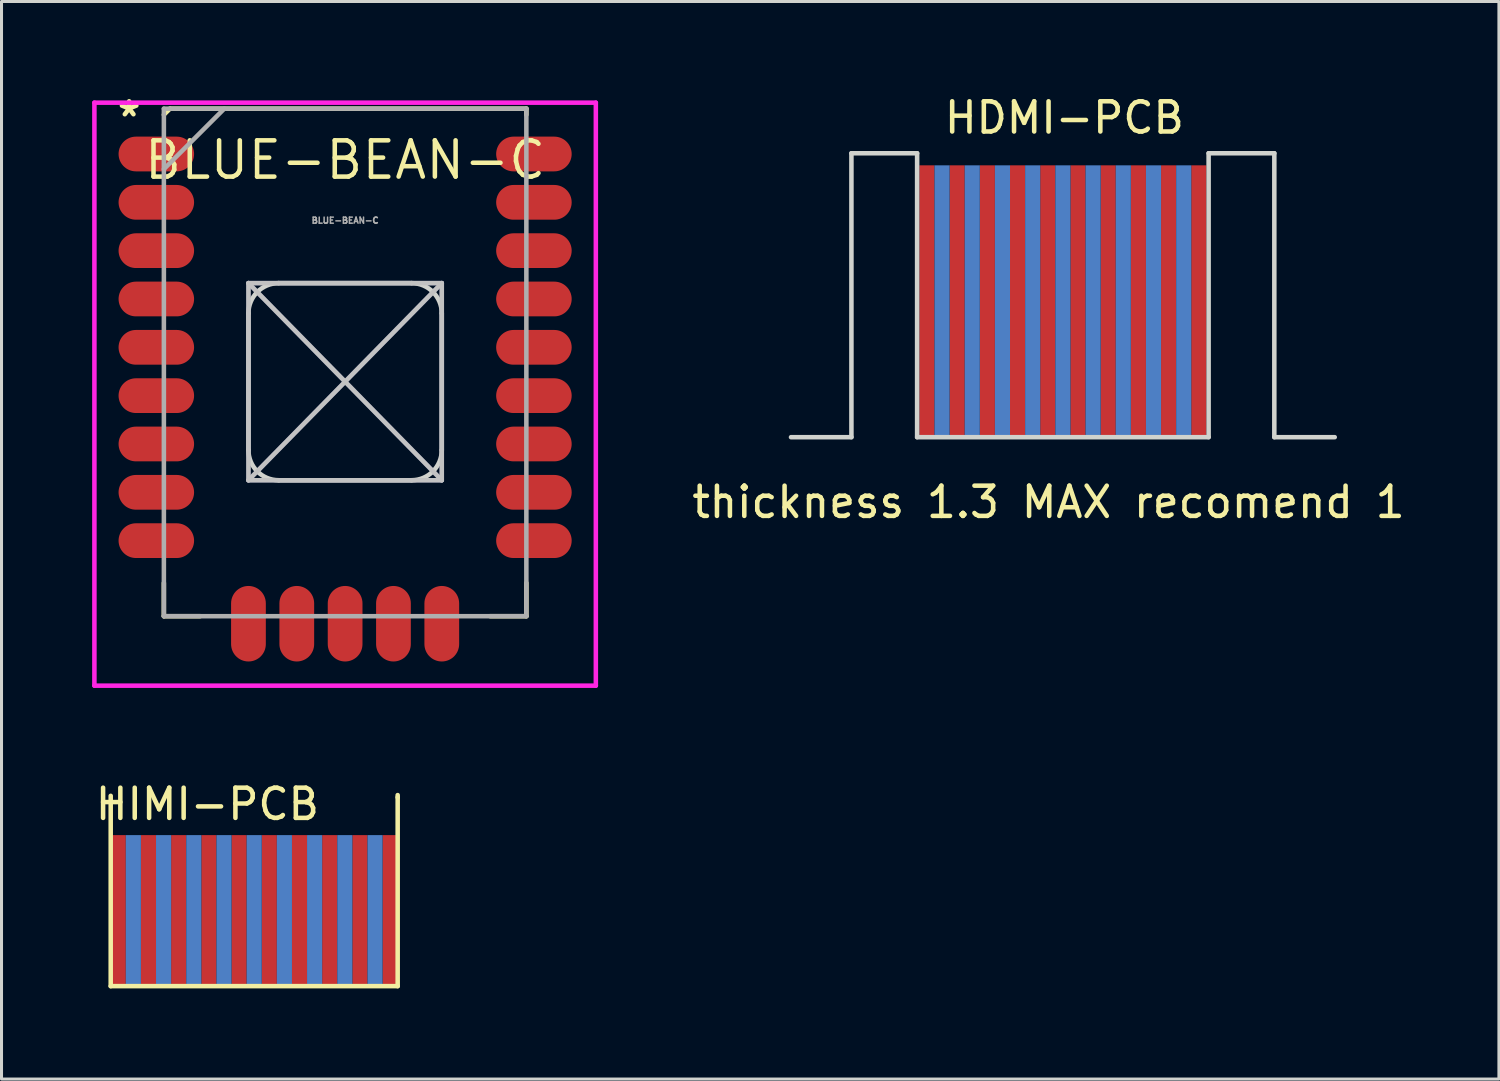
<source format=kicad_pcb>
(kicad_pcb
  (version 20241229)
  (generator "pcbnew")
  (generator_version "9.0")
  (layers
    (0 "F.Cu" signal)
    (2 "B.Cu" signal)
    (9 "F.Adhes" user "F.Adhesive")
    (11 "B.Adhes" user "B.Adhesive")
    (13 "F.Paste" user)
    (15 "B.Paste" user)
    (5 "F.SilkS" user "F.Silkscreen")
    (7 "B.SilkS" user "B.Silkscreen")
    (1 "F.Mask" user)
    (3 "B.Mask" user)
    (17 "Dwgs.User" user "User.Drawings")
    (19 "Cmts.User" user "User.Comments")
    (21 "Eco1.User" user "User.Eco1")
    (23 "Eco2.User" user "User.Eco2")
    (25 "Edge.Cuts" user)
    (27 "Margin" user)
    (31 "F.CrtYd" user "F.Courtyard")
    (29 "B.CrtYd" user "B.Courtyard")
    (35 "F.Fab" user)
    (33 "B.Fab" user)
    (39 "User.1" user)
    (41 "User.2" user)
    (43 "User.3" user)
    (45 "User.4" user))
  (footprint "BLUE-BEAN-C"
    (layer "F.Cu")
    (at 8.375 9.248)
    (property "Reference" "BLUE-BEAN-C" (at 0 -7 0) (layer "F.SilkS") (effects (font (size 1.2 1.2) (thickness 0.15))))
    (attr smd)
    (fp_line (start -6 -8.5) (end -5.8 -8.7) (stroke (width 0.15) (type solid)) (layer "F.SilkS"))
    (fp_line (start -6 8.1) (end -6 7) (stroke (width 0.15) (type solid)) (layer "F.SilkS"))
    (fp_line (start -4.8 8.1) (end -6 8.1) (stroke (width 0.15) (type solid)) (layer "F.SilkS"))
    (fp_line (start 4.8 8.1) (end 6 8.1) (stroke (width 0.15) (type solid)) (layer "F.SilkS"))
    (fp_line (start 6 -8.7) (end -5.8 -8.7) (stroke (width 0.15) (type solid)) (layer "F.SilkS"))
    (fp_line (start 6 -8.7) (end 6 -8.5) (stroke (width 0.15) (type solid)) (layer "F.SilkS"))
    (fp_line (start 6 8.1) (end 6 7) (stroke (width 0.15) (type solid)) (layer "F.SilkS"))
    (fp_line (start -3.2 -2.925) (end 3.2 -2.925) (stroke (width 0.15) (type solid)) (layer "Dwgs.User"))
    (fp_line (start -3.2 -2.925) (end 3.2 3.6) (stroke (width 0.15) (type solid)) (layer "Dwgs.User"))
    (fp_line (start -3.2 3.6) (end -3.2 -2.925) (stroke (width 0.15) (type solid)) (layer "Dwgs.User"))
    (fp_line (start -3.2 3.6) (end 3.2 -2.925) (stroke (width 0.15) (type solid)) (layer "Dwgs.User"))
    (fp_line (start 3.2 -2.925) (end 3.2 3.6) (stroke (width 0.15) (type solid)) (layer "Dwgs.User"))
    (fp_line (start 3.2 3.6) (end -3.2 3.6) (stroke (width 0.15) (type solid)) (layer "Dwgs.User"))
    (fp_line (start -3.2 -1.925) (end -3.2 2.6) (stroke (width 0.15) (type solid)) (layer "Edge.Cuts"))
    (fp_line (start -2.2 3.6) (end 2.2 3.6) (stroke (width 0.15) (type solid)) (layer "Edge.Cuts"))
    (fp_line (start 2.2 -2.925) (end -2.2 -2.925) (stroke (width 0.15) (type solid)) (layer "Edge.Cuts"))
    (fp_line (start 3.2 2.6) (end 3.2 -1.925) (stroke (width 0.15) (type solid)) (layer "Edge.Cuts"))
    (fp_arc (start -3.2 -1.925) (mid -2.907107 -2.632107) (end -2.2 -2.925) (stroke (width 0.15) (type solid)) (layer "Edge.Cuts"))
    (fp_arc (start -2.2 3.6) (mid -2.907107 3.307107) (end -3.2 2.6) (stroke (width 0.15) (type solid)) (layer "Edge.Cuts"))
    (fp_arc (start 2.2 -2.925) (mid 2.907107 -2.632107) (end 3.2 -1.925) (stroke (width 0.15) (type solid)) (layer "Edge.Cuts"))
    (fp_arc (start 3.2 2.6) (mid 2.907107 3.307107) (end 2.2 3.6) (stroke (width 0.15) (type solid)) (layer "Edge.Cuts"))
    (fp_line (start -8.3 -8.9) (end 8.3 -8.9) (stroke (width 0.15) (type solid)) (layer "F.CrtYd"))
    (fp_line (start -8.3 10.4) (end -8.3 -8.9) (stroke (width 0.15) (type solid)) (layer "F.CrtYd"))
    (fp_line (start 8.3 -8.9) (end 8.3 10.4) (stroke (width 0.15) (type solid)) (layer "F.CrtYd"))
    (fp_line (start 8.3 10.4) (end -8.3 10.4) (stroke (width 0.15) (type solid)) (layer "F.CrtYd"))
    (fp_line (start -3.2 -2.925) (end 3.2 -2.925) (stroke (width 0.15) (type solid)) (layer "B.Fab"))
    (fp_line (start -3.2 -2.925) (end 3.2 3.6) (stroke (width 0.15) (type solid)) (layer "B.Fab"))
    (fp_line (start -3.2 3.6) (end -3.2 -2.925) (stroke (width 0.15) (type solid)) (layer "B.Fab"))
    (fp_line (start 3.2 -2.925) (end -3.2 3.6) (stroke (width 0.15) (type solid)) (layer "B.Fab"))
    (fp_line (start 3.2 -2.925) (end 3.2 3.6) (stroke (width 0.15) (type solid)) (layer "B.Fab"))
    (fp_line (start 3.2 3.6) (end -3.2 3.6) (stroke (width 0.15) (type solid)) (layer "B.Fab"))
    (fp_line (start -6 -8.7) (end 6 -8.7) (stroke (width 0.15) (type solid)) (layer "F.Fab"))
    (fp_line (start -6 8.1) (end -6 -8.7) (stroke (width 0.15) (type solid)) (layer "F.Fab"))
    (fp_line (start -4 -8.7) (end -6 -6.7) (stroke (width 0.15) (type solid)) (layer "F.Fab"))
    (fp_line (start 6 -8.7) (end 6 8.1) (stroke (width 0.15) (type solid)) (layer "F.Fab"))
    (fp_line (start 6 8.1) (end -6 8.1) (stroke (width 0.15) (type solid)) (layer "F.Fab"))
    (fp_text user "*" (at -7.15 -8.4 0) (layer "F.SilkS") (effects (font (size 1 1) (thickness 0.15))))
    (fp_text user "${REFERENCE}" (at 0 -5 0) (layer "F.Fab") (effects (font (size 0.2 0.2) (thickness 0.05))))
    (pad "" smd rect (at -7.45 -7.2) (size 1.1 1.4) (layers "F.Mask" "F.Paste"))
    (pad "" smd rect (at -7.45 -5.6) (size 1.1 1.4) (layers "F.Mask" "F.Paste"))
    (pad "" smd rect (at -7.45 -4) (size 1.1 1.4) (layers "F.Mask" "F.Paste"))
    (pad "" smd rect (at -7.45 -2.4) (size 1.1 1.4) (layers "F.Mask" "F.Paste"))
    (pad "" smd rect (at -7.45 -0.8) (size 1.1 1.4) (layers "F.Mask" "F.Paste"))
    (pad "" smd rect (at -7.45 0.8) (size 1.1 1.4) (layers "F.Mask" "F.Paste"))
    (pad "" smd rect (at -7.45 2.4) (size 1.1 1.4) (layers "F.Mask" "F.Paste"))
    (pad "" smd rect (at -7.45 4) (size 1.1 1.4) (layers "F.Mask" "F.Paste"))
    (pad "" smd rect (at -7.45 5.6) (size 1.1 1.4) (layers "F.Mask" "F.Paste"))
    (pad "" smd rect (at -3.2 9.55 90) (size 1.1 1.4) (layers "F.Mask" "F.Paste"))
    (pad "" smd rect (at -1.6 9.55 90) (size 1.1 1.4) (layers "F.Mask" "F.Paste"))
    (pad "" smd rect (at 0 9.55 90) (size 1.1 1.4) (layers "F.Mask" "F.Paste"))
    (pad "" smd rect (at 1.6 9.55 90) (size 1.1 1.4) (layers "F.Mask" "F.Paste"))
    (pad "" smd rect (at 3.2 9.55 90) (size 1.1 1.4) (layers "F.Mask" "F.Paste"))
    (pad "" smd rect (at 7.45 -7.2 180) (size 1.1 1.4) (layers "F.Mask" "F.Paste"))
    (pad "" smd rect (at 7.45 -5.6 180) (size 1.1 1.4) (layers "F.Mask" "F.Paste"))
    (pad "" smd rect (at 7.45 -4 180) (size 1.1 1.4) (layers "F.Mask" "F.Paste"))
    (pad "" smd rect (at 7.45 -2.4 180) (size 1.1 1.4) (layers "F.Mask" "F.Paste"))
    (pad "" smd rect (at 7.45 -0.8 180) (size 1.1 1.4) (layers "F.Mask" "F.Paste"))
    (pad "" smd rect (at 7.45 0.8 180) (size 1.1 1.4) (layers "F.Mask" "F.Paste"))
    (pad "" smd rect (at 7.45 2.4 180) (size 1.1 1.4) (layers "F.Mask" "F.Paste"))
    (pad "" smd rect (at 7.45 4 180) (size 1.1 1.4) (layers "F.Mask" "F.Paste"))
    (pad "" smd rect (at 7.45 5.6 180) (size 1.1 1.4) (layers "F.Mask" "F.Paste"))
    (pad "1" smd oval (at -6.25 -7.2) (size 2.5 1.15) (layers "F.Cu" "F.Mask" "F.Paste"))
    (pad "2" smd oval (at -6.25 -5.6) (size 2.5 1.15) (layers "F.Cu" "F.Mask" "F.Paste"))
    (pad "3" smd oval (at -6.25 -4 90) (size 1.15 2.5) (layers "F.Cu" "F.Mask" "F.Paste"))
    (pad "4" smd oval (at -6.25 -2.4 90) (size 1.15 2.5) (layers "F.Cu" "F.Mask" "F.Paste"))
    (pad "5" smd oval (at -6.25 -0.8 90) (size 1.15 2.5) (layers "F.Cu" "F.Mask" "F.Paste"))
    (pad "6" smd oval (at -6.25 0.8 90) (size 1.15 2.5) (layers "F.Cu" "F.Mask" "F.Paste"))
    (pad "7" smd oval (at -6.25 2.4 90) (size 1.15 2.5) (layers "F.Cu" "F.Mask" "F.Paste"))
    (pad "8" smd oval (at -6.25 4 90) (size 1.15 2.5) (layers "F.Cu" "F.Mask" "F.Paste"))
    (pad "9" smd oval (at -6.25 5.6 90) (size 1.15 2.5) (layers "F.Cu" "F.Mask" "F.Paste"))
    (pad "10" smd oval (at -3.2 8.35) (size 1.15 2.5) (layers "F.Cu" "F.Mask" "F.Paste"))
    (pad "11" smd oval (at -1.6 8.35) (size 1.15 2.5) (layers "F.Cu" "F.Mask" "F.Paste"))
    (pad "12" smd oval (at 0 8.35) (size 1.15 2.5) (layers "F.Cu" "F.Mask" "F.Paste"))
    (pad "13" smd oval (at 1.6 8.35) (size 1.15 2.5) (layers "F.Cu" "F.Mask" "F.Paste"))
    (pad "14" smd oval (at 3.2 8.35) (size 1.15 2.5) (layers "F.Cu" "F.Mask" "F.Paste"))
    (pad "15" smd oval (at 6.25 5.6 180) (size 2.5 1.15) (layers "F.Cu" "F.Mask" "F.Paste"))
    (pad "16" smd oval (at 6.25 4 180) (size 2.5 1.15) (layers "F.Cu" "F.Mask" "F.Paste"))
    (pad "17" smd oval (at 6.25 2.4 270) (size 1.15 2.5) (layers "F.Cu" "F.Mask" "F.Paste"))
    (pad "18" smd oval (at 6.25 0.8 270) (size 1.15 2.5) (layers "F.Cu" "F.Mask" "F.Paste"))
    (pad "19" smd oval (at 6.25 -0.8 270) (size 1.15 2.5) (layers "F.Cu" "F.Mask" "F.Paste"))
    (pad "20" smd oval (at 6.25 -2.4 270) (size 1.15 2.5) (layers "F.Cu" "F.Mask" "F.Paste"))
    (pad "21" smd oval (at 6.25 -4 270) (size 1.15 2.5) (layers "F.Cu" "F.Mask" "F.Paste"))
    (pad "22" smd oval (at 6.25 -5.6 270) (size 1.15 2.5) (layers "F.Cu" "F.Mask" "F.Paste"))
    (pad "23" smd oval (at 6.25 -7.2 270) (size 1.15 2.5) (layers "F.Cu" "F.Mask" "F.Paste")))
  (footprint "HIMI-PCB"
    (layer "F.Cu")
    (at 0.865 27.096)
    (property "Reference" "HIMI-PCB" (at 2.95 -3.525 0) (layer "F.SilkS") (effects (font (size 1 1) (thickness 0.15))))
    (attr through_hole)
    (fp_line (start -0.25 2.5) (end -0.25 -3.8) (stroke (width 0.15) (type solid)) (layer "F.SilkS"))
    (fp_line (start -0.25 2.5) (end 9.25 2.5) (stroke (width 0.15) (type solid)) (layer "F.SilkS"))
    (fp_line (start 9.25 -3.75) (end 9.25 -3.825) (stroke (width 0.15) (type solid)) (layer "F.SilkS"))
    (fp_line (start 9.25 2.5) (end 9.25 -3.75) (stroke (width 0.15) (type solid)) (layer "F.SilkS"))
    (pad "1" smd rect (at 0 0) (size 0.5 5) (layers "F.Cu" "F.Mask" "F.Paste"))
    (pad "2" smd rect (at 0.5 0) (size 0.5 5) (layers "F.Mask" "B.Cu" "F.Paste"))
    (pad "3" smd rect (at 1 0) (size 0.5 5) (layers "F.Cu" "F.Mask" "F.Paste"))
    (pad "4" smd rect (at 1.5 0) (size 0.5 5) (layers "F.Mask" "B.Cu" "F.Paste"))
    (pad "5" smd rect (at 2 0) (size 0.5 5) (layers "F.Cu" "F.Mask" "F.Paste"))
    (pad "6" smd rect (at 2.5 0) (size 0.5 5) (layers "F.Mask" "B.Cu" "F.Paste"))
    (pad "7" smd rect (at 3 0) (size 0.5 5) (layers "F.Cu" "F.Mask" "F.Paste"))
    (pad "8" smd rect (at 3.5 0) (size 0.5 5) (layers "F.Mask" "B.Cu" "F.Paste"))
    (pad "9" smd rect (at 4 0) (size 0.5 5) (layers "F.Cu" "F.Mask" "F.Paste"))
    (pad "10" smd rect (at 4.5 0) (size 0.5 5) (layers "F.Mask" "B.Cu" "F.Paste"))
    (pad "11" smd rect (at 5 0) (size 0.5 5) (layers "F.Cu" "F.Mask" "F.Paste"))
    (pad "12" smd rect (at 5.5 0) (size 0.5 5) (layers "F.Mask" "B.Cu" "F.Paste"))
    (pad "13" smd rect (at 6 0) (size 0.5 5) (layers "F.Cu" "F.Mask" "F.Paste"))
    (pad "14" smd rect (at 6.5 0) (size 0.5 5) (layers "F.Mask" "B.Cu" "F.Paste"))
    (pad "15" smd rect (at 7 0) (size 0.5 5) (layers "F.Cu" "F.Mask" "F.Paste"))
    (pad "16" smd rect (at 7.5 0) (size 0.5 5) (layers "F.Mask" "B.Cu" "F.Paste"))
    (pad "17" smd rect (at 8 0) (size 0.5 5) (layers "F.Cu" "F.Mask" "F.Paste"))
    (pad "18" smd rect (at 8.5 0) (size 0.5 5) (layers "F.Mask" "B.Cu" "F.Paste"))
    (pad "19" smd rect (at 9 0) (size 0.5 5) (layers "F.Cu" "F.Mask" "F.Paste")))
  (footprint "HDMI-PCB"
    (layer "F.Cu")
    (at 27.636 8.923)
    (property "Reference" "HDMI-PCB" (at 4.55 -8.075 0) (layer "F.SilkS") (effects (font (size 1 1) (thickness 0.15))))
    (attr through_hole)
    (fp_line (start -4.5 2.5) (end -2.5 2.5) (stroke (width 0.15) (type solid)) (layer "Edge.Cuts"))
    (fp_line (start -2.5 -6.9) (end -2.5 2.5) (stroke (width 0.15) (type solid)) (layer "Edge.Cuts"))
    (fp_line (start -0.325 -6.9) (end -2.5 -6.9) (stroke (width 0.15) (type solid)) (layer "Edge.Cuts"))
    (fp_line (start -0.325 -6.9) (end -0.325 2.5) (stroke (width 0.15) (type solid)) (layer "Edge.Cuts"))
    (fp_line (start -0.325 2.5) (end 9.325 2.5) (stroke (width 0.15) (type solid)) (layer "Edge.Cuts"))
    (fp_line (start 9.325 -6.9) (end 9.325 2.5) (stroke (width 0.15) (type solid)) (layer "Edge.Cuts"))
    (fp_line (start 11.5 -6.9) (end 9.325 -6.9) (stroke (width 0.15) (type solid)) (layer "Edge.Cuts"))
    (fp_line (start 11.5 -6.9) (end 11.5 2.5) (stroke (width 0.15) (type solid)) (layer "Edge.Cuts"))
    (fp_line (start 13.5 2.5) (end 11.5 2.5) (stroke (width 0.15) (type solid)) (layer "Edge.Cuts"))
    (fp_text user "thickness 1.3 MAX recomend 1" (at 4.025 4.65 0) (layer "F.SilkS") (effects (font (size 1 1) (thickness 0.15))))
    (pad "1" smd rect (at 0 -2) (size 0.5 9) (layers "F.Cu" "F.Mask" "F.Paste"))
    (pad "2" smd rect (at 0.5 -2) (size 0.5 9) (layers "F.Mask" "B.Cu" "F.Paste"))
    (pad "3" smd rect (at 1 -2) (size 0.5 9) (layers "F.Cu" "F.Mask" "F.Paste"))
    (pad "4" smd rect (at 1.5 -2) (size 0.5 9) (layers "F.Mask" "B.Cu" "F.Paste"))
    (pad "5" smd rect (at 2 -2) (size 0.5 9) (layers "F.Cu" "F.Mask" "F.Paste"))
    (pad "6" smd rect (at 2.5 -2) (size 0.5 9) (layers "F.Mask" "B.Cu" "F.Paste"))
    (pad "7" smd rect (at 3 -2) (size 0.5 9) (layers "F.Cu" "F.Mask" "F.Paste"))
    (pad "8" smd rect (at 3.5 -2) (size 0.5 9) (layers "F.Mask" "B.Cu" "F.Paste"))
    (pad "9" smd rect (at 4 -2) (size 0.5 9) (layers "F.Cu" "F.Mask" "F.Paste"))
    (pad "10" smd rect (at 4.5 -2) (size 0.5 9) (layers "F.Mask" "B.Cu" "F.Paste"))
    (pad "11" smd rect (at 5 -2) (size 0.5 9) (layers "F.Cu" "F.Mask" "F.Paste"))
    (pad "12" smd rect (at 5.5 -2) (size 0.5 9) (layers "F.Mask" "B.Cu" "F.Paste"))
    (pad "13" smd rect (at 6 -2) (size 0.5 9) (layers "F.Cu" "F.Mask" "F.Paste"))
    (pad "14" smd rect (at 6.5 -2) (size 0.5 9) (layers "F.Mask" "B.Cu" "F.Paste"))
    (pad "15" smd rect (at 7 -2) (size 0.5 9) (layers "F.Cu" "F.Mask" "F.Paste"))
    (pad "16" smd rect (at 7.5 -2) (size 0.5 9) (layers "F.Mask" "B.Cu" "F.Paste"))
    (pad "17" smd rect (at 8 -2) (size 0.5 9) (layers "F.Cu" "F.Mask" "F.Paste"))
    (pad "18" smd rect (at 8.5 -2) (size 0.5 9) (layers "F.Mask" "B.Cu" "F.Paste"))
    (pad "19" smd rect (at 9 -2) (size 0.5 9) (layers "F.Cu" "F.Mask" "F.Paste")))
  (gr_rect
    (start -3 -3)
    (end 46.571 32.672)
    (stroke (width 0.1) (type default))
    (fill no)
    (layer "Edge.Cuts")))
</source>
